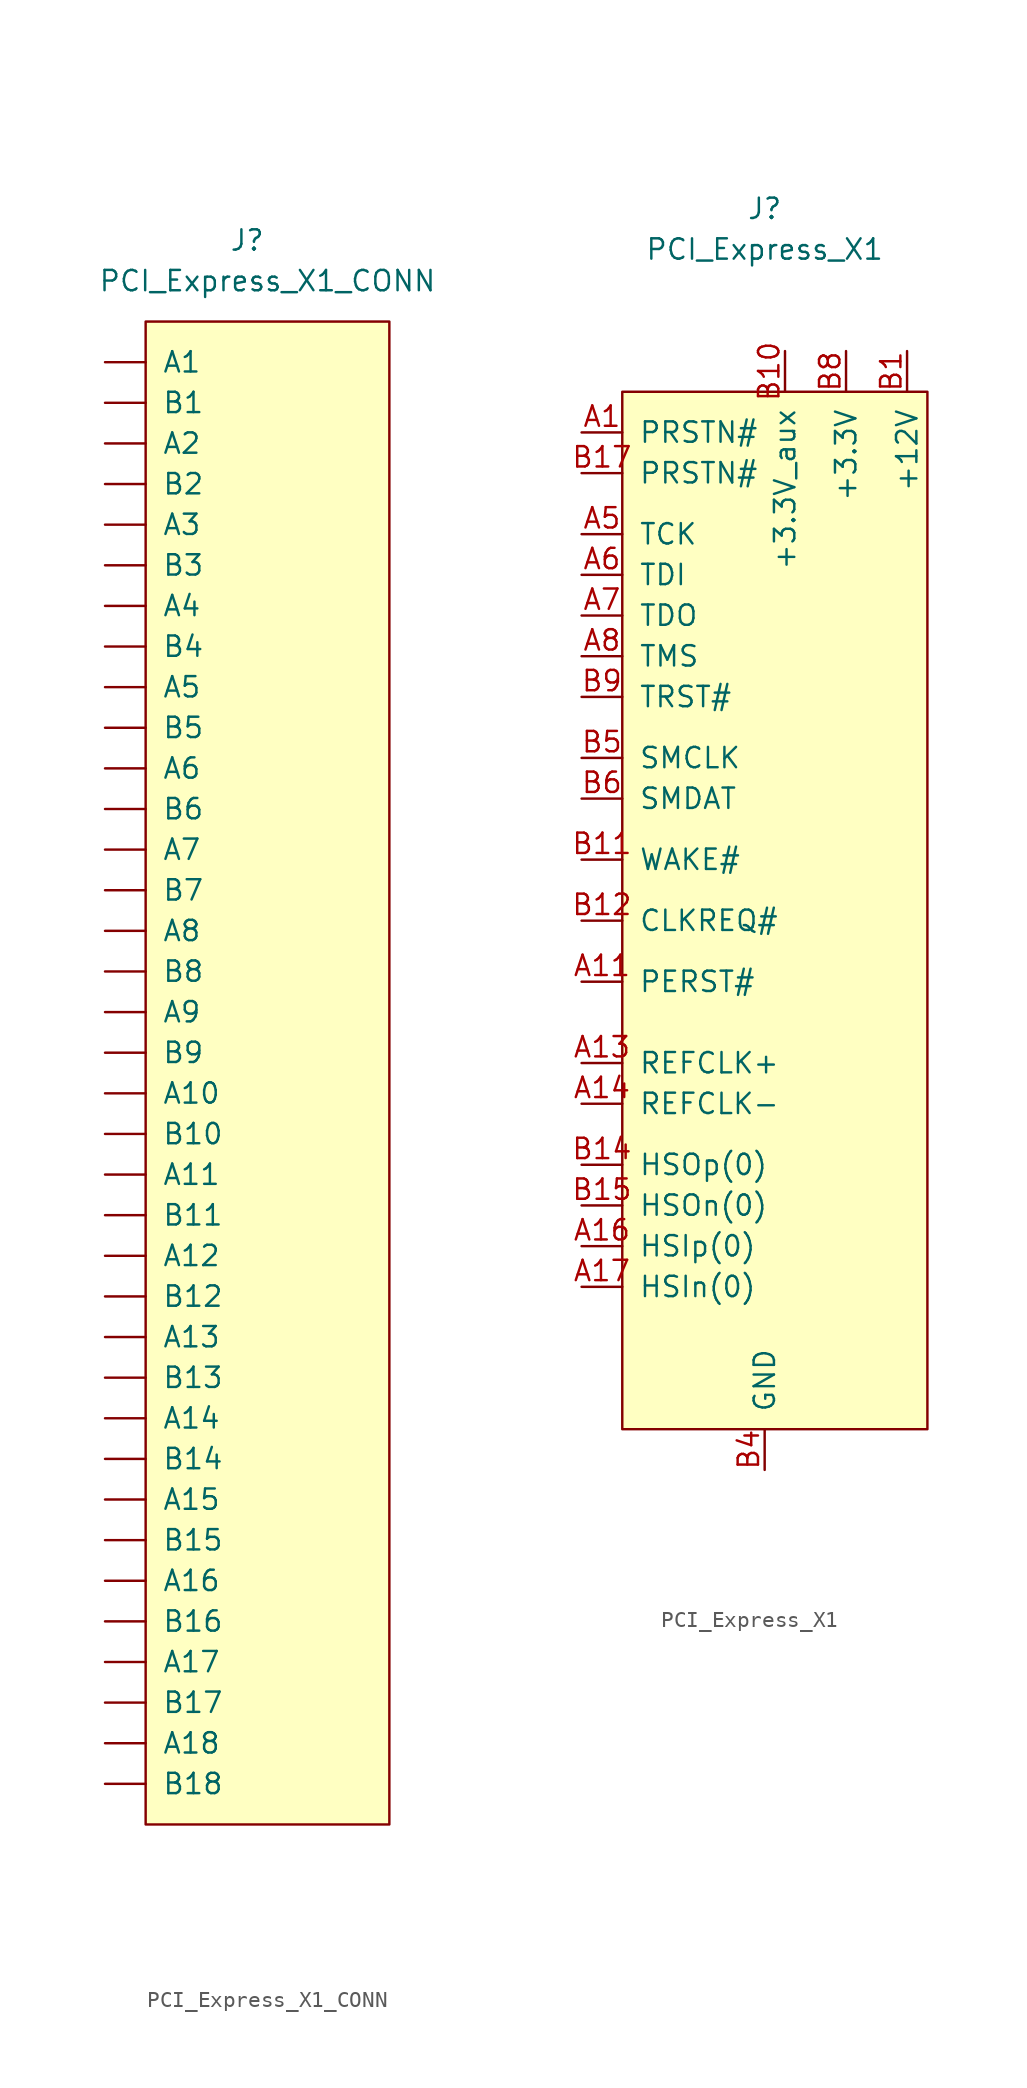
<source format=kicad_sym>
(kicad_symbol_lib
  (version 20211014)
  (generator kicad_symbol_editor)
  (symbol "PCI_Express_X1_CONN"
    (pin_names
      (offset 1.016))
    (property "Reference" "J"
      (at -1.27 49.53 0)
      (effects (font (size 1.27 1.27))))
    (property "Value" "PCI_Express_X1_CONN"
      (at 0 46.99 0)
      (effects (font (size 1.27 1.27))))
    (symbol "PCI_Express_X1_CONN_0_1"
      (rectangle (start -7.62 44.45) (end 7.62 -49.53) (stroke (width 0) (type default) (color 0 0 0 0)) (fill (type background))))
    (symbol "PCI_Express_X1_CONN_1_1"
      (pin passive line (at -10.16 41.91 0) (length 2.54) (name "A1" (effects (font (size 1.27 1.27)))) (number "~" (effects (font (size 1.27 1.27)))))
      (pin passive line (at -10.16 -3.81 0) (length 2.54) (name "A10" (effects (font (size 1.27 1.27)))) (number "~" (effects (font (size 1.27 1.27)))))
      (pin passive line (at -10.16 -8.89 0) (length 2.54) (name "A11" (effects (font (size 1.27 1.27)))) (number "~" (effects (font (size 1.27 1.27)))))
      (pin passive line (at -10.16 -13.97 0) (length 2.54) (name "A12" (effects (font (size 1.27 1.27)))) (number "~" (effects (font (size 1.27 1.27)))))
      (pin passive line (at -10.16 -19.05 0) (length 2.54) (name "A13" (effects (font (size 1.27 1.27)))) (number "~" (effects (font (size 1.27 1.27)))))
      (pin passive line (at -10.16 -24.13 0) (length 2.54) (name "A14" (effects (font (size 1.27 1.27)))) (number "~" (effects (font (size 1.27 1.27)))))
      (pin passive line (at -10.16 -29.21 0) (length 2.54) (name "A15" (effects (font (size 1.27 1.27)))) (number "~" (effects (font (size 1.27 1.27)))))
      (pin passive line (at -10.16 -34.29 0) (length 2.54) (name "A16" (effects (font (size 1.27 1.27)))) (number "~" (effects (font (size 1.27 1.27)))))
      (pin passive line (at -10.16 -39.37 0) (length 2.54) (name "A17" (effects (font (size 1.27 1.27)))) (number "~" (effects (font (size 1.27 1.27)))))
      (pin passive line (at -10.16 -44.45 0) (length 2.54) (name "A18" (effects (font (size 1.27 1.27)))) (number "~" (effects (font (size 1.27 1.27)))))
      (pin passive line (at -10.16 36.83 0) (length 2.54) (name "A2" (effects (font (size 1.27 1.27)))) (number "~" (effects (font (size 1.27 1.27)))))
      (pin passive line (at -10.16 31.75 0) (length 2.54) (name "A3" (effects (font (size 1.27 1.27)))) (number "~" (effects (font (size 1.27 1.27)))))
      (pin passive line (at -10.16 26.67 0) (length 2.54) (name "A4" (effects (font (size 1.27 1.27)))) (number "~" (effects (font (size 1.27 1.27)))))
      (pin passive line (at -10.16 21.59 0) (length 2.54) (name "A5" (effects (font (size 1.27 1.27)))) (number "~" (effects (font (size 1.27 1.27)))))
      (pin passive line (at -10.16 16.51 0) (length 2.54) (name "A6" (effects (font (size 1.27 1.27)))) (number "~" (effects (font (size 1.27 1.27)))))
      (pin passive line (at -10.16 11.43 0) (length 2.54) (name "A7" (effects (font (size 1.27 1.27)))) (number "~" (effects (font (size 1.27 1.27)))))
      (pin passive line (at -10.16 6.35 0) (length 2.54) (name "A8" (effects (font (size 1.27 1.27)))) (number "~" (effects (font (size 1.27 1.27)))))
      (pin passive line (at -10.16 1.27 0) (length 2.54) (name "A9" (effects (font (size 1.27 1.27)))) (number "~" (effects (font (size 1.27 1.27)))))
      (pin passive line (at -10.16 39.37 0) (length 2.54) (name "B1" (effects (font (size 1.27 1.27)))) (number "~" (effects (font (size 1.27 1.27)))))
      (pin passive line (at -10.16 -6.35 0) (length 2.54) (name "B10" (effects (font (size 1.27 1.27)))) (number "~" (effects (font (size 1.27 1.27)))))
      (pin passive line (at -10.16 -11.43 0) (length 2.54) (name "B11" (effects (font (size 1.27 1.27)))) (number "~" (effects (font (size 1.27 1.27)))))
      (pin passive line (at -10.16 -16.51 0) (length 2.54) (name "B12" (effects (font (size 1.27 1.27)))) (number "~" (effects (font (size 1.27 1.27)))))
      (pin passive line (at -10.16 -21.59 0) (length 2.54) (name "B13" (effects (font (size 1.27 1.27)))) (number "~" (effects (font (size 1.27 1.27)))))
      (pin passive line (at -10.16 -26.67 0) (length 2.54) (name "B14" (effects (font (size 1.27 1.27)))) (number "~" (effects (font (size 1.27 1.27)))))
      (pin passive line (at -10.16 -31.75 0) (length 2.54) (name "B15" (effects (font (size 1.27 1.27)))) (number "~" (effects (font (size 1.27 1.27)))))
      (pin passive line (at -10.16 -36.83 0) (length 2.54) (name "B16" (effects (font (size 1.27 1.27)))) (number "~" (effects (font (size 1.27 1.27)))))
      (pin passive line (at -10.16 -41.91 0) (length 2.54) (name "B17" (effects (font (size 1.27 1.27)))) (number "~" (effects (font (size 1.27 1.27)))))
      (pin passive line (at -10.16 -46.99 0) (length 2.54) (name "B18" (effects (font (size 1.27 1.27)))) (number "~" (effects (font (size 1.27 1.27)))))
      (pin passive line (at -10.16 34.29 0) (length 2.54) (name "B2" (effects (font (size 1.27 1.27)))) (number "~" (effects (font (size 1.27 1.27)))))
      (pin passive line (at -10.16 29.21 0) (length 2.54) (name "B3" (effects (font (size 1.27 1.27)))) (number "~" (effects (font (size 1.27 1.27)))))
      (pin passive line (at -10.16 24.13 0) (length 2.54) (name "B4" (effects (font (size 1.27 1.27)))) (number "~" (effects (font (size 1.27 1.27)))))
      (pin passive line (at -10.16 19.05 0) (length 2.54) (name "B5" (effects (font (size 1.27 1.27)))) (number "~" (effects (font (size 1.27 1.27)))))
      (pin passive line (at -10.16 13.97 0) (length 2.54) (name "B6" (effects (font (size 1.27 1.27)))) (number "~" (effects (font (size 1.27 1.27)))))
      (pin passive line (at -10.16 8.89 0) (length 2.54) (name "B7" (effects (font (size 1.27 1.27)))) (number "~" (effects (font (size 1.27 1.27)))))
      (pin passive line (at -10.16 3.81 0) (length 2.54) (name "B8" (effects (font (size 1.27 1.27)))) (number "~" (effects (font (size 1.27 1.27)))))
      (pin passive line (at -10.16 -1.27 0) (length 2.54) (name "B9" (effects (font (size 1.27 1.27)))) (number "~" (effects (font (size 1.27 1.27)))))))
  (symbol "PCI_Express_X1"
    (pin_names
      (offset 1.016))
    (property "Reference" "J"
      (at 0 43.18 0)
      (effects (font (size 1.27 1.27))))
    (property "Value" "PCI_Express_X1"
      (at 0 40.64 0)
      (effects (font (size 1.27 1.27))))
    (symbol "PCI_Express_X1_0_1"
      (rectangle (start -8.89 31.75) (end 10.16 -33.02) (stroke (width 0) (type default) (color 0 0 0 0)) (fill (type background))))
    (symbol "PCI_Express_X1_1_1"
      (pin bidirectional line (at -11.43 29.21 0) (length 2.54) (name "PRSTN#" (effects (font (size 1.27 1.27)))) (number "A1" (effects (font (size 1.27 1.27)))))
      (pin power_out line (at 5.08 34.29 270) (length 2.54) hide (name "+3.3V" (effects (font (size 1.27 1.27)))) (number "A10" (effects (font (size 1.27 1.27)))))
      (pin output line (at -11.43 -5.08 0) (length 2.54) (name "PERST#" (effects (font (size 1.27 1.27)))) (number "A11" (effects (font (size 1.27 1.27)))))
      (pin power_out line (at 0 -35.56 90) (length 2.54) hide (name "GND" (effects (font (size 1.27 1.27)))) (number "A12" (effects (font (size 1.27 1.27)))))
      (pin output line (at -11.43 -10.16 0) (length 2.54) (name "REFCLK+" (effects (font (size 1.27 1.27)))) (number "A13" (effects (font (size 1.27 1.27)))))
      (pin output line (at -11.43 -12.7 0) (length 2.54) (name "REFCLK-" (effects (font (size 1.27 1.27)))) (number "A14" (effects (font (size 1.27 1.27)))))
      (pin power_out line (at 0 -35.56 90) (length 2.54) hide (name "GND" (effects (font (size 1.27 1.27)))) (number "A15" (effects (font (size 1.27 1.27)))))
      (pin input line (at -11.43 -21.59 0) (length 2.54) (name "HSIp(0)" (effects (font (size 1.27 1.27)))) (number "A16" (effects (font (size 1.27 1.27)))))
      (pin input line (at -11.43 -24.13 0) (length 2.54) (name "HSIn(0)" (effects (font (size 1.27 1.27)))) (number "A17" (effects (font (size 1.27 1.27)))))
      (pin power_out line (at 0 -35.56 90) (length 2.54) hide (name "GND" (effects (font (size 1.27 1.27)))) (number "A18" (effects (font (size 1.27 1.27)))))
      (pin power_out line (at 8.89 34.29 270) (length 2.54) hide (name "+12V" (effects (font (size 1.27 1.27)))) (number "A2" (effects (font (size 1.27 1.27)))))
      (pin power_out line (at 8.89 34.29 270) (length 2.54) hide (name "+12V" (effects (font (size 1.27 1.27)))) (number "A3" (effects (font (size 1.27 1.27)))))
      (pin power_out line (at 0 -35.56 90) (length 2.54) hide (name "GND" (effects (font (size 1.27 1.27)))) (number "A4" (effects (font (size 1.27 1.27)))))
      (pin output line (at -11.43 22.86 0) (length 2.54) (name "TCK" (effects (font (size 1.27 1.27)))) (number "A5" (effects (font (size 1.27 1.27)))))
      (pin output line (at -11.43 20.32 0) (length 2.54) (name "TDI" (effects (font (size 1.27 1.27)))) (number "A6" (effects (font (size 1.27 1.27)))))
      (pin input line (at -11.43 17.78 0) (length 2.54) (name "TDO" (effects (font (size 1.27 1.27)))) (number "A7" (effects (font (size 1.27 1.27)))))
      (pin output line (at -11.43 15.24 0) (length 2.54) (name "TMS" (effects (font (size 1.27 1.27)))) (number "A8" (effects (font (size 1.27 1.27)))))
      (pin power_out line (at 5.08 34.29 270) (length 2.54) hide (name "+3.3V" (effects (font (size 1.27 1.27)))) (number "A9" (effects (font (size 1.27 1.27)))))
      (pin power_out line (at 8.89 34.29 270) (length 2.54) (name "+12V" (effects (font (size 1.27 1.27)))) (number "B1" (effects (font (size 1.27 1.27)))))
      (pin power_out line (at 1.27 34.29 270) (length 2.54) (name "+3.3V_aux" (effects (font (size 1.27 1.27)))) (number "B10" (effects (font (size 1.27 1.27)))))
      (pin input line (at -11.43 2.54 0) (length 2.54) (name "WAKE#" (effects (font (size 1.27 1.27)))) (number "B11" (effects (font (size 1.27 1.27)))))
      (pin output line (at -11.43 -1.27 0) (length 2.54) (name "CLKREQ#" (effects (font (size 1.27 1.27)))) (number "B12" (effects (font (size 1.27 1.27)))))
      (pin power_out line (at 0 -35.56 90) (length 2.54) hide (name "GND" (effects (font (size 1.27 1.27)))) (number "B13" (effects (font (size 1.27 1.27)))))
      (pin output line (at -11.43 -16.51 0) (length 2.54) (name "HSOp(0)" (effects (font (size 1.27 1.27)))) (number "B14" (effects (font (size 1.27 1.27)))))
      (pin output line (at -11.43 -19.05 0) (length 2.54) (name "HSOn(0)" (effects (font (size 1.27 1.27)))) (number "B15" (effects (font (size 1.27 1.27)))))
      (pin power_out line (at 0 -35.56 90) (length 2.54) hide (name "GND" (effects (font (size 1.27 1.27)))) (number "B16" (effects (font (size 1.27 1.27)))))
      (pin bidirectional line (at -11.43 26.67 0) (length 2.54) (name "PRSTN#" (effects (font (size 1.27 1.27)))) (number "B17" (effects (font (size 1.27 1.27)))))
      (pin power_out line (at 0 -35.56 90) (length 2.54) hide (name "GND" (effects (font (size 1.27 1.27)))) (number "B18" (effects (font (size 1.27 1.27)))))
      (pin power_out line (at 8.89 34.29 270) (length 2.54) hide (name "+12V" (effects (font (size 1.27 1.27)))) (number "B2" (effects (font (size 1.27 1.27)))))
      (pin power_out line (at 8.89 34.29 270) (length 2.54) hide (name "+12V" (effects (font (size 1.27 1.27)))) (number "B3" (effects (font (size 1.27 1.27)))))
      (pin power_out line (at 0 -35.56 90) (length 2.54) (name "GND" (effects (font (size 1.27 1.27)))) (number "B4" (effects (font (size 1.27 1.27)))))
      (pin output line (at -11.43 8.89 0) (length 2.54) (name "SMCLK" (effects (font (size 1.27 1.27)))) (number "B5" (effects (font (size 1.27 1.27)))))
      (pin bidirectional line (at -11.43 6.35 0) (length 2.54) (name "SMDAT" (effects (font (size 1.27 1.27)))) (number "B6" (effects (font (size 1.27 1.27)))))
      (pin power_out line (at 5.08 34.29 270) (length 2.54) (name "+3.3V" (effects (font (size 1.27 1.27)))) (number "B8" (effects (font (size 1.27 1.27)))))
      (pin output line (at -11.43 12.7 0) (length 2.54) (name "TRST#" (effects (font (size 1.27 1.27)))) (number "B9" (effects (font (size 1.27 1.27))))))))
</source>
